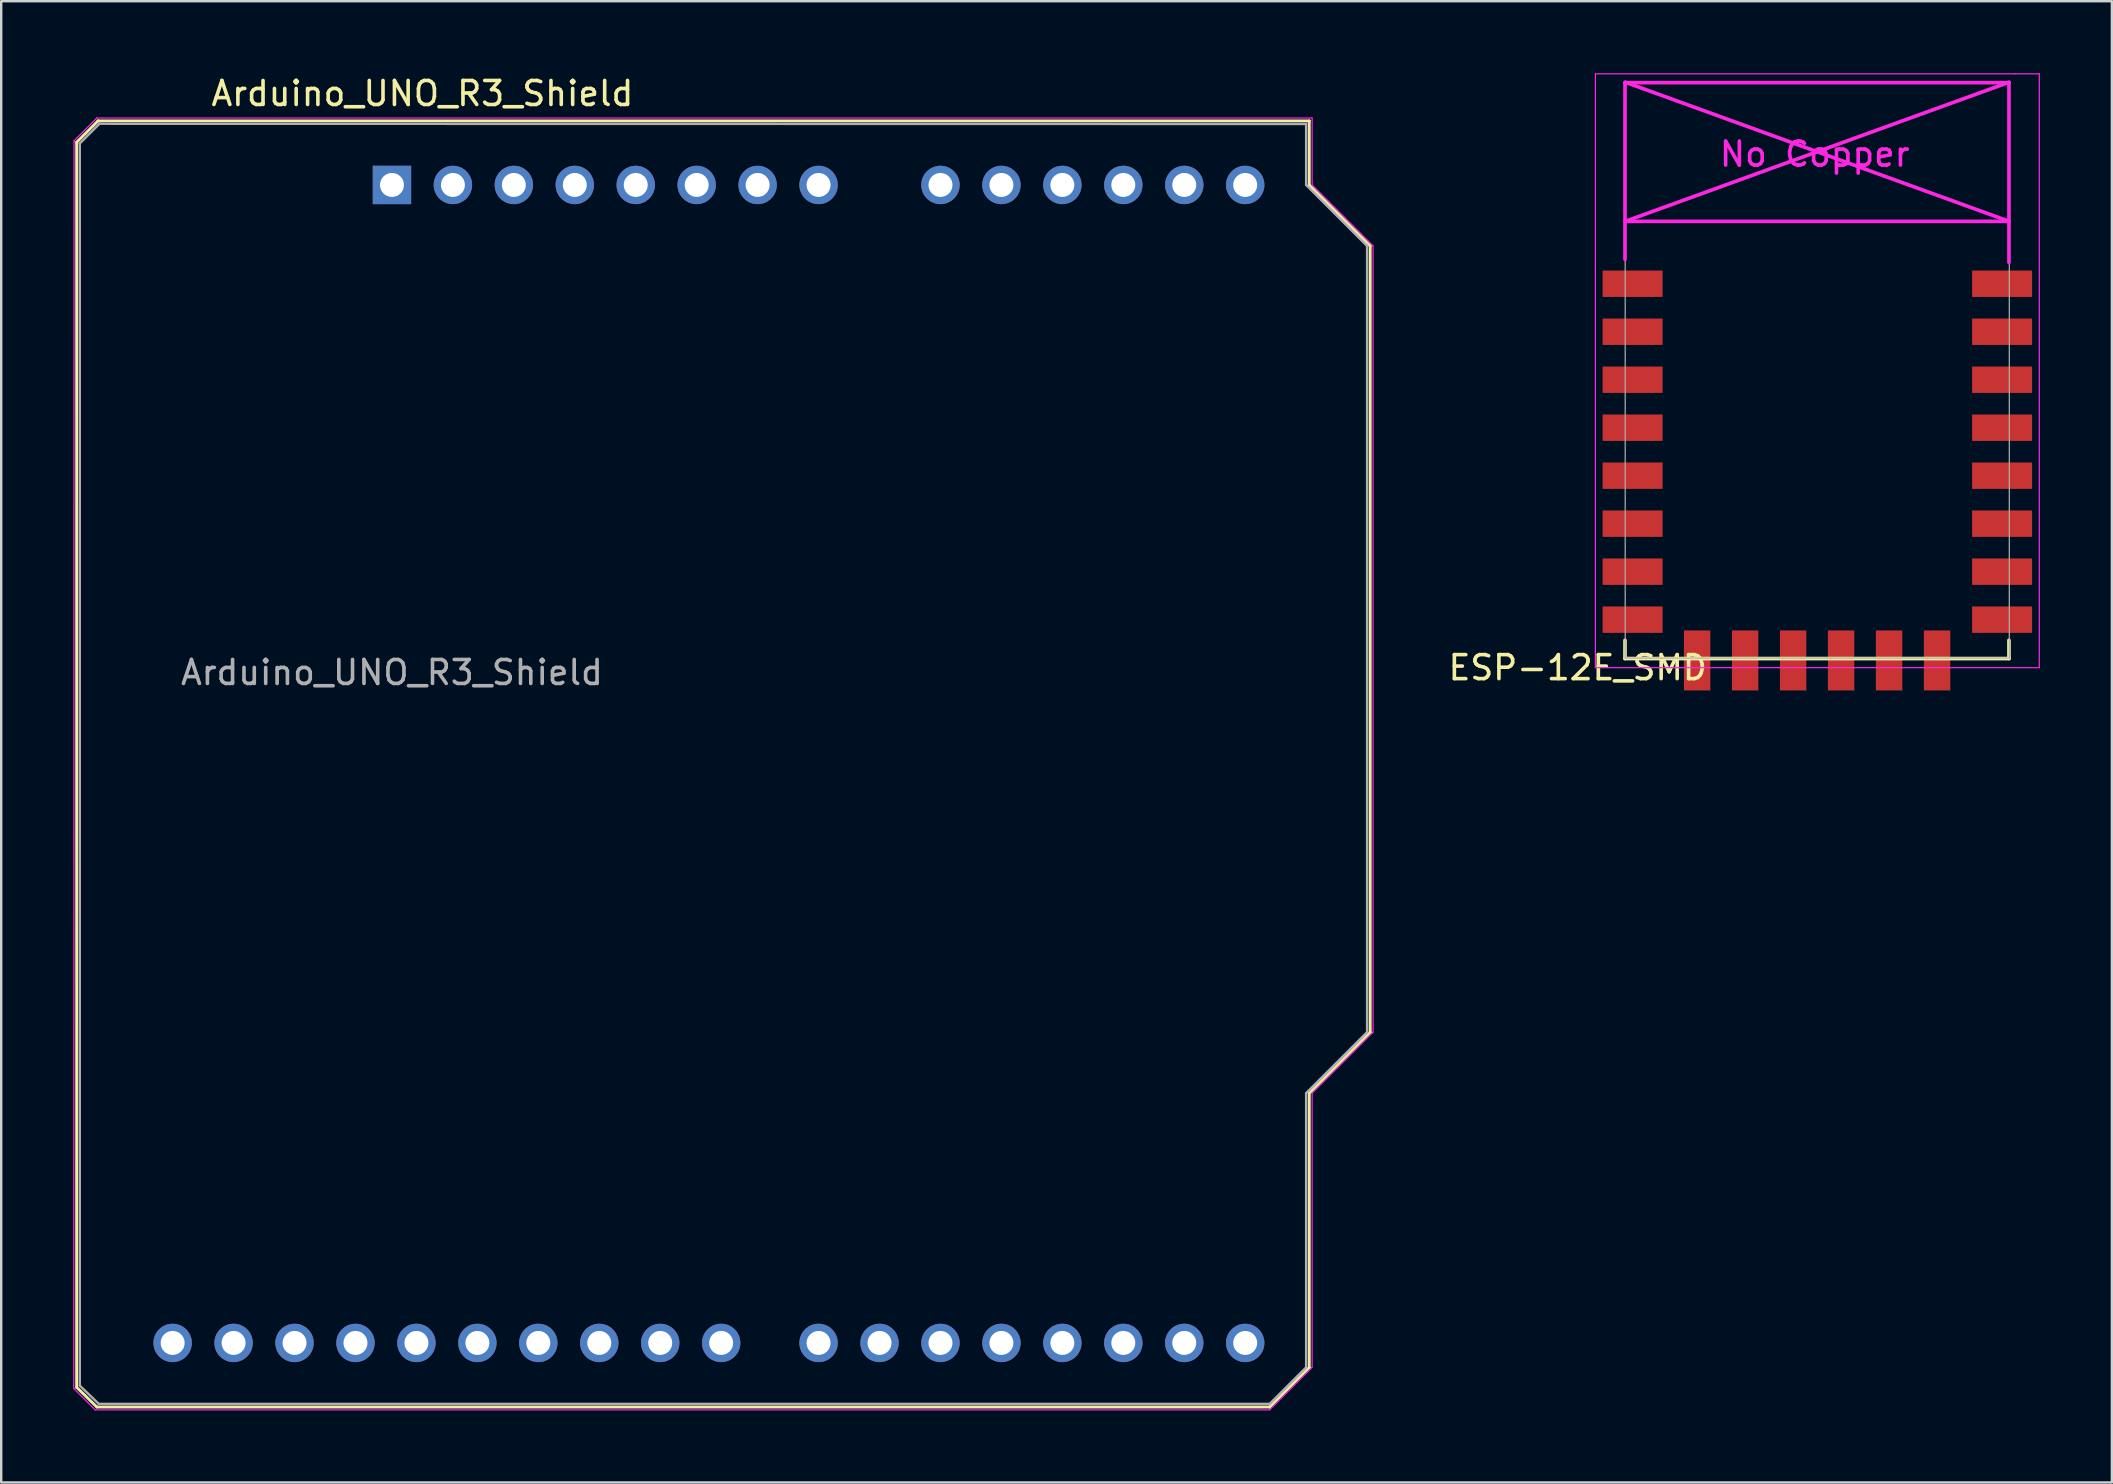
<source format=kicad_pcb>
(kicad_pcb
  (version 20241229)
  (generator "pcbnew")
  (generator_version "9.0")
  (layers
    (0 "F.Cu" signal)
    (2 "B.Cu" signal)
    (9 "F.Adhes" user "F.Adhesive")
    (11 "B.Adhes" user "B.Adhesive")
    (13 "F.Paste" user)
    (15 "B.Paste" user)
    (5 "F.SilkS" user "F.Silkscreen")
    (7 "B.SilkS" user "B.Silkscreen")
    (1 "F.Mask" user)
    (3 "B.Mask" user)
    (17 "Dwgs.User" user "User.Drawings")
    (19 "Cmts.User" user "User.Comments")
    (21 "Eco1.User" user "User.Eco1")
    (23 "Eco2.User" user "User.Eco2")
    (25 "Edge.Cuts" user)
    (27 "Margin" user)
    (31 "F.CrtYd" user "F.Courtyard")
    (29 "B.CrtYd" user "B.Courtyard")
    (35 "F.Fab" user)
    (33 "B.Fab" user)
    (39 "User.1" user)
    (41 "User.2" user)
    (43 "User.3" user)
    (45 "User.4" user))
  (footprint "Arduino_UNO_R3_Shield"
    (layer "F.Cu")
    (at 13.285 4.658)
    (property "Reference" "Arduino_UNO_R3_Shield" (at 1.27 -3.81 180) (layer "F.SilkS") (effects (font (size 1 1) (thickness 0.15))))
    (attr through_hole)
    (fp_line (start -13.14 -1.78) (end -13.14 50.11) (stroke (width 0.12) (type solid)) (layer "F.SilkS"))
    (fp_line (start -12.3 50.93) (end -13.14 50.11) (stroke (width 0.12) (type solid)) (layer "F.SilkS"))
    (fp_line (start -12.3 50.93) (end 36.58 50.93) (stroke (width 0.12) (type solid)) (layer "F.SilkS"))
    (fp_line (start -12.25 -2.67) (end -13.14 -1.78) (stroke (width 0.12) (type solid)) (layer "F.SilkS"))
    (fp_line (start 36.58 50.93) (end 38.23 49.28) (stroke (width 0.12) (type solid)) (layer "F.SilkS"))
    (fp_line (start 38.23 -2.67) (end -12.25 -2.67) (stroke (width 0.12) (type solid)) (layer "F.SilkS"))
    (fp_line (start 38.23 0) (end 38.23 -2.67) (stroke (width 0.12) (type solid)) (layer "F.SilkS"))
    (fp_line (start 38.23 37.85) (end 40.77 35.31) (stroke (width 0.12) (type solid)) (layer "F.SilkS"))
    (fp_line (start 38.23 49.28) (end 38.23 37.85) (stroke (width 0.12) (type solid)) (layer "F.SilkS"))
    (fp_line (start 40.77 2.54) (end 38.23 0) (stroke (width 0.12) (type solid)) (layer "F.SilkS"))
    (fp_line (start 40.77 35.31) (end 40.77 2.54) (stroke (width 0.12) (type solid)) (layer "F.SilkS"))
    (fp_line (start -13.26 50.16) (end -12.37 51.05) (stroke (width 0.05) (type solid)) (layer "F.CrtYd"))
    (fp_line (start -13.25 -1.84) (end -13.26 50.16) (stroke (width 0.05) (type solid)) (layer "F.CrtYd"))
    (fp_line (start -12.3 -2.79) (end -13.25 -1.84) (stroke (width 0.05) (type solid)) (layer "F.CrtYd"))
    (fp_line (start -12.3 -2.79) (end 38.35 -2.79) (stroke (width 0.05) (type solid)) (layer "F.CrtYd"))
    (fp_line (start 36.58 51.05) (end -12.37 51.05) (stroke (width 0.05) (type solid)) (layer "F.CrtYd"))
    (fp_line (start 38.35 -2.79) (end 38.35 0) (stroke (width 0.05) (type solid)) (layer "F.CrtYd"))
    (fp_line (start 38.35 0) (end 40.89 2.54) (stroke (width 0.05) (type solid)) (layer "F.CrtYd"))
    (fp_line (start 38.35 37.85) (end 38.35 49.28) (stroke (width 0.05) (type solid)) (layer "F.CrtYd"))
    (fp_line (start 38.35 49.28) (end 36.58 51.05) (stroke (width 0.05) (type solid)) (layer "F.CrtYd"))
    (fp_line (start 40.89 2.54) (end 40.89 35.31) (stroke (width 0.05) (type solid)) (layer "F.CrtYd"))
    (fp_line (start 40.89 35.31) (end 38.35 37.85) (stroke (width 0.05) (type solid)) (layer "F.CrtYd"))
    (fp_line (start -13.01 -1.73) (end -12.19 -2.55) (stroke (width 0.1) (type solid)) (layer "F.Fab"))
    (fp_line (start -13.01 50.04) (end -13.01 -1.73) (stroke (width 0.1) (type solid)) (layer "F.Fab"))
    (fp_line (start -12.22 50.8) (end -13.01 50.04) (stroke (width 0.1) (type solid)) (layer "F.Fab"))
    (fp_line (start -12.19 -2.55) (end 38.1 -2.54) (stroke (width 0.1) (type solid)) (layer "F.Fab"))
    (fp_line (start 36.58 50.8) (end -12.22 50.8) (stroke (width 0.1) (type solid)) (layer "F.Fab"))
    (fp_line (start 38.1 -2.54) (end 38.1 0) (stroke (width 0.1) (type solid)) (layer "F.Fab"))
    (fp_line (start 38.1 0) (end 40.64 2.54) (stroke (width 0.1) (type solid)) (layer "F.Fab"))
    (fp_line (start 38.1 37.85) (end 38.1 49.28) (stroke (width 0.1) (type solid)) (layer "F.Fab"))
    (fp_line (start 38.1 49.28) (end 36.58 50.8) (stroke (width 0.1) (type solid)) (layer "F.Fab"))
    (fp_line (start 40.64 2.54) (end 40.64 35.31) (stroke (width 0.1) (type solid)) (layer "F.Fab"))
    (fp_line (start 40.64 35.31) (end 38.1 37.85) (stroke (width 0.1) (type solid)) (layer "F.Fab"))
    (fp_text user "${REFERENCE}" (at 0 20.32 180) (layer "F.Fab") (effects (font (size 1 1) (thickness 0.15))))
    (pad "1" thru_hole rect (at 0 0 90) (size 1.6 1.6) (drill 1) (layers "*.Cu" "*.Mask"))
    (pad "2" thru_hole oval (at 2.54 0 90) (size 1.6 1.6) (drill 1) (layers "*.Cu" "*.Mask"))
    (pad "3" thru_hole oval (at 5.08 0 90) (size 1.6 1.6) (drill 1) (layers "*.Cu" "*.Mask"))
    (pad "4" thru_hole oval (at 7.62 0 90) (size 1.6 1.6) (drill 1) (layers "*.Cu" "*.Mask"))
    (pad "5" thru_hole oval (at 10.16 0 90) (size 1.6 1.6) (drill 1) (layers "*.Cu" "*.Mask"))
    (pad "6" thru_hole oval (at 12.7 0 90) (size 1.6 1.6) (drill 1) (layers "*.Cu" "*.Mask"))
    (pad "7" thru_hole oval (at 15.24 0 90) (size 1.6 1.6) (drill 1) (layers "*.Cu" "*.Mask"))
    (pad "8" thru_hole oval (at 17.78 0 90) (size 1.6 1.6) (drill 1) (layers "*.Cu" "*.Mask"))
    (pad "9" thru_hole oval (at 22.86 0 90) (size 1.6 1.6) (drill 1) (layers "*.Cu" "*.Mask"))
    (pad "10" thru_hole oval (at 25.4 0 90) (size 1.6 1.6) (drill 1) (layers "*.Cu" "*.Mask"))
    (pad "11" thru_hole oval (at 27.94 0 90) (size 1.6 1.6) (drill 1) (layers "*.Cu" "*.Mask"))
    (pad "12" thru_hole oval (at 30.48 0 90) (size 1.6 1.6) (drill 1) (layers "*.Cu" "*.Mask"))
    (pad "13" thru_hole oval (at 33.02 0 90) (size 1.6 1.6) (drill 1) (layers "*.Cu" "*.Mask"))
    (pad "14" thru_hole oval (at 35.56 0 90) (size 1.6 1.6) (drill 1) (layers "*.Cu" "*.Mask"))
    (pad "15" thru_hole oval (at 35.56 48.26 90) (size 1.6 1.6) (drill 1) (layers "*.Cu" "*.Mask"))
    (pad "16" thru_hole oval (at 33.02 48.26 90) (size 1.6 1.6) (drill 1) (layers "*.Cu" "*.Mask"))
    (pad "17" thru_hole oval (at 30.48 48.26 90) (size 1.6 1.6) (drill 1) (layers "*.Cu" "*.Mask"))
    (pad "18" thru_hole oval (at 27.94 48.26 90) (size 1.6 1.6) (drill 1) (layers "*.Cu" "*.Mask"))
    (pad "19" thru_hole oval (at 25.4 48.26 90) (size 1.6 1.6) (drill 1) (layers "*.Cu" "*.Mask"))
    (pad "20" thru_hole oval (at 22.86 48.26 90) (size 1.6 1.6) (drill 1) (layers "*.Cu" "*.Mask"))
    (pad "21" thru_hole oval (at 20.32 48.26 90) (size 1.6 1.6) (drill 1) (layers "*.Cu" "*.Mask"))
    (pad "22" thru_hole oval (at 17.78 48.26 90) (size 1.6 1.6) (drill 1) (layers "*.Cu" "*.Mask"))
    (pad "23" thru_hole oval (at 13.72 48.26 90) (size 1.6 1.6) (drill 1) (layers "*.Cu" "*.Mask"))
    (pad "24" thru_hole oval (at 11.18 48.26 90) (size 1.6 1.6) (drill 1) (layers "*.Cu" "*.Mask"))
    (pad "25" thru_hole oval (at 8.64 48.26 90) (size 1.6 1.6) (drill 1) (layers "*.Cu" "*.Mask"))
    (pad "26" thru_hole oval (at 6.1 48.26 90) (size 1.6 1.6) (drill 1) (layers "*.Cu" "*.Mask"))
    (pad "27" thru_hole oval (at 3.56 48.26 90) (size 1.6 1.6) (drill 1) (layers "*.Cu" "*.Mask"))
    (pad "28" thru_hole oval (at 1.02 48.26 90) (size 1.6 1.6) (drill 1) (layers "*.Cu" "*.Mask"))
    (pad "29" thru_hole oval (at -1.52 48.26 90) (size 1.6 1.6) (drill 1) (layers "*.Cu" "*.Mask"))
    (pad "30" thru_hole oval (at -4.06 48.26 90) (size 1.6 1.6) (drill 1) (layers "*.Cu" "*.Mask"))
    (pad "31" thru_hole oval (at -6.6 48.26 90) (size 1.6 1.6) (drill 1) (layers "*.Cu" "*.Mask"))
    (pad "32" thru_hole oval (at -9.14 48.26 90) (size 1.6 1.6) (drill 1) (layers "*.Cu" "*.Mask")))
  (footprint "ESP-12E_SMD"
    (layer "F.Cu")
    (at 65.69 8.775)
    (property "Reference" "ESP-12E_SMD" (at -2.985 16.002 180) (layer "F.SilkS") (effects (font (size 1 1) (thickness 0.15))))
    (attr through_hole)
    (fp_line (start -1.016 14.859) (end -1.016 15.621) (stroke (width 0.152) (type solid)) (layer "F.SilkS"))
    (fp_line (start -1.016 15.621) (end 14.986 15.621) (stroke (width 0.152) (type solid)) (layer "F.SilkS"))
    (fp_line (start 14.986 15.621) (end 14.986 14.859) (stroke (width 0.152) (type solid)) (layer "F.SilkS"))
    (fp_line (start -2.25 -8.75) (end 15.25 -8.75) (stroke (width 0.05) (type solid)) (layer "F.CrtYd"))
    (fp_line (start -2.25 -0.5) (end -2.25 -8.75) (stroke (width 0.05) (type solid)) (layer "F.CrtYd"))
    (fp_line (start -2.25 16) (end -2.25 -0.5) (stroke (width 0.05) (type solid)) (layer "F.CrtYd"))
    (fp_line (start -1.016 -8.382) (end -1.016 -1.016) (stroke (width 0.152) (type solid)) (layer "F.CrtYd"))
    (fp_line (start -1.016 -8.382) (end 14.986 -8.382) (stroke (width 0.152) (type solid)) (layer "F.CrtYd"))
    (fp_line (start -1.008 -8.4) (end 14.992 -2.6) (stroke (width 0.152) (type solid)) (layer "F.CrtYd"))
    (fp_line (start -1.008 -2.6) (end 14.992 -2.6) (stroke (width 0.152) (type solid)) (layer "F.CrtYd"))
    (fp_line (start 14.986 -8.382) (end 14.986 -0.889) (stroke (width 0.152) (type solid)) (layer "F.CrtYd"))
    (fp_line (start 14.992 -8.4) (end -1.008 -2.6) (stroke (width 0.152) (type solid)) (layer "F.CrtYd"))
    (fp_line (start 15.25 -8.75) (end 16.25 -8.75) (stroke (width 0.05) (type solid)) (layer "F.CrtYd"))
    (fp_line (start 16.25 -8.75) (end 16.25 16) (stroke (width 0.05) (type solid)) (layer "F.CrtYd"))
    (fp_line (start 16.25 16) (end -2.25 16) (stroke (width 0.05) (type solid)) (layer "F.CrtYd"))
    (fp_line (start -1.008 -8.4) (end 14.992 -8.4) (stroke (width 0.05) (type solid)) (layer "F.Fab"))
    (fp_line (start -1.008 15.6) (end -1.008 -8.4) (stroke (width 0.05) (type solid)) (layer "F.Fab"))
    (fp_line (start 14.992 15.6) (end -1.008 15.6) (stroke (width 0.05) (type solid)) (layer "F.Fab"))
    (fp_line (start 15 -8.4) (end 15 15.6) (stroke (width 0.05) (type solid)) (layer "F.Fab"))
    (fp_text user "No Copper" (at 6.892 -5.4 0) (layer "F.CrtYd") (effects (font (size 1 1) (thickness 0.15))))
    (pad "1" smd rect (at 0 0) (size 2.5 1.1) (drill (offset -0.7 0)) (layers "F.Cu" "F.Mask" "F.Paste"))
    (pad "2" smd rect (at 0 2) (size 2.5 1.1) (drill (offset -0.7 0)) (layers "F.Cu" "F.Mask" "F.Paste"))
    (pad "3" smd rect (at 0 4) (size 2.5 1.1) (drill (offset -0.7 0)) (layers "F.Cu" "F.Mask" "F.Paste"))
    (pad "4" smd rect (at 0 6) (size 2.5 1.1) (drill (offset -0.7 0)) (layers "F.Cu" "F.Mask" "F.Paste"))
    (pad "5" smd rect (at 0 8) (size 2.5 1.1) (drill (offset -0.7 0)) (layers "F.Cu" "F.Mask" "F.Paste"))
    (pad "6" smd rect (at 0 10) (size 2.5 1.1) (drill (offset -0.7 0)) (layers "F.Cu" "F.Mask" "F.Paste"))
    (pad "7" smd rect (at 0 12) (size 2.5 1.1) (drill (offset -0.7 0)) (layers "F.Cu" "F.Mask" "F.Paste"))
    (pad "8" smd rect (at 0 14) (size 2.5 1.1) (drill (offset -0.7 0)) (layers "F.Cu" "F.Mask" "F.Paste"))
    (pad "9" smd rect (at 14 14) (size 2.5 1.1) (drill (offset 0.7 0)) (layers "F.Cu" "F.Mask" "F.Paste"))
    (pad "10" smd rect (at 14 12) (size 2.5 1.1) (drill (offset 0.7 0)) (layers "F.Cu" "F.Mask" "F.Paste"))
    (pad "11" smd rect (at 14 10) (size 2.5 1.1) (drill (offset 0.7 0)) (layers "F.Cu" "F.Mask" "F.Paste"))
    (pad "12" smd rect (at 14 8) (size 2.5 1.1) (drill (offset 0.7 0)) (layers "F.Cu" "F.Mask" "F.Paste"))
    (pad "13" smd rect (at 14 6) (size 2.5 1.1) (drill (offset 0.7 0)) (layers "F.Cu" "F.Mask" "F.Paste"))
    (pad "14" smd rect (at 14 4) (size 2.5 1.1) (drill (offset 0.7 0)) (layers "F.Cu" "F.Mask" "F.Paste"))
    (pad "15" smd rect (at 14 2) (size 2.5 1.1) (drill (offset 0.7 0)) (layers "F.Cu" "F.Mask" "F.Paste"))
    (pad "16" smd rect (at 14 0) (size 2.5 1.1) (drill (offset 0.7 0)) (layers "F.Cu" "F.Mask" "F.Paste"))
    (pad "17" smd rect (at 1.99 15 90) (size 2.5 1.1) (drill (offset -0.7 0)) (layers "F.Cu" "F.Mask" "F.Paste"))
    (pad "18" smd rect (at 3.99 15 90) (size 2.5 1.1) (drill (offset -0.7 0)) (layers "F.Cu" "F.Mask" "F.Paste"))
    (pad "19" smd rect (at 5.99 15 90) (size 2.5 1.1) (drill (offset -0.7 0)) (layers "F.Cu" "F.Mask" "F.Paste"))
    (pad "20" smd rect (at 7.99 15 90) (size 2.5 1.1) (drill (offset -0.7 0)) (layers "F.Cu" "F.Mask" "F.Paste"))
    (pad "21" smd rect (at 9.99 15 90) (size 2.5 1.1) (drill (offset -0.7 0)) (layers "F.Cu" "F.Mask" "F.Paste"))
    (pad "22" smd rect (at 11.99 15 90) (size 2.5 1.1) (drill (offset -0.7 0)) (layers "F.Cu" "F.Mask" "F.Paste")))
  (gr_rect
    (start -3 -3)
    (end 84.965 58.733)
    (stroke (width 0.1) (type default))
    (fill no)
    (layer "Edge.Cuts")))
</source>
